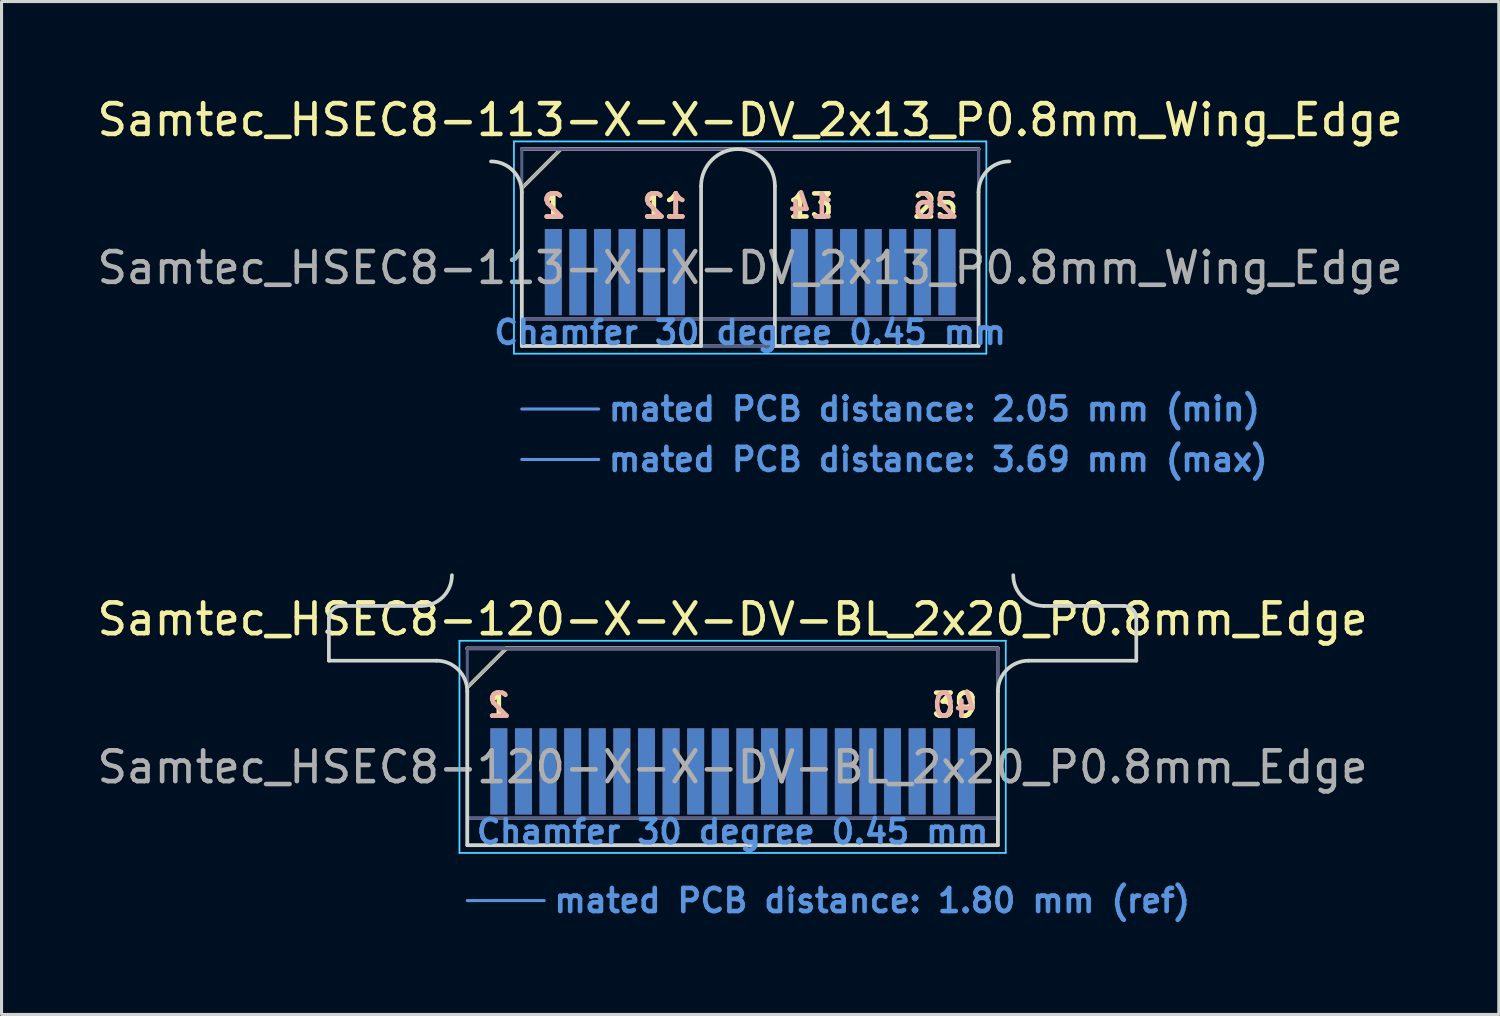
<source format=kicad_pcb>
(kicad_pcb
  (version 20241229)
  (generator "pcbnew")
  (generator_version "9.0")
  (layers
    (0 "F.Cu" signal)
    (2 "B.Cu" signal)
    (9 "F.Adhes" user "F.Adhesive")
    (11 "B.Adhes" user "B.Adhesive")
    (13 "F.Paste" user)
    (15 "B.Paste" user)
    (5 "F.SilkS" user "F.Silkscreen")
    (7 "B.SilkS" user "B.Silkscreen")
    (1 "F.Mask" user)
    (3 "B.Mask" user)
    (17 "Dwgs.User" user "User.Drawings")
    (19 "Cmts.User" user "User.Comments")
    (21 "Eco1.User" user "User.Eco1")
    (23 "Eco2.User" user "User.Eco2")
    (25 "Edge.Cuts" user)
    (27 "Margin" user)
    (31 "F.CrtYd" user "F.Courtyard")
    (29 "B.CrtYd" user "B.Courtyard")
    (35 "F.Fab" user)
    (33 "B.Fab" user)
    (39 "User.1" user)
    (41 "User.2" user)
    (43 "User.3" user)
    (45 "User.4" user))
  (footprint "Samtec_HSEC8-120-X-X-DV-BL_2x20_P0.8mm_Edge"
    (layer "F.Cu")
    (at 20.768 24.43)
    (property "Reference" "Samtec_HSEC8-120-X-X-DV-BL_2x20_P0.8mm_Edge" (at 0 -7.35 0) (layer "F.SilkS") (effects (font (size 1 1) (thickness 0.15))))
    (attr exclude_from_pos_files exclude_from_bom)
    (fp_line (start -8.625 -5.13) (end -7.355 -6.4) (stroke (width 0.12) (type solid)) (layer "F.SilkS"))
    (fp_line (start -7.355 -6.4) (end 8.625 -6.4) (stroke (width 0.12) (type solid)) (layer "F.SilkS"))
    (fp_line (start -8.625 -6.4) (end -8.625 -6.4) (stroke (width 0.12) (type solid)) (layer "B.SilkS"))
    (fp_line (start -8.625 -6.4) (end 8.625 -6.4) (stroke (width 0.12) (type solid)) (layer "B.SilkS"))
    (fp_line (start -8.625 1.8) (end -6.125 1.8) (stroke (width 0.1) (type solid)) (layer "Cmts.User"))
    (fp_line (start -13.125 -6) (end -13.125 -7.38) (stroke (width 0.12) (type solid)) (layer "Edge.Cuts"))
    (fp_line (start -12.725 -7.78) (end -10.125 -7.78) (stroke (width 0.12) (type solid)) (layer "Edge.Cuts"))
    (fp_line (start -9.625 -6) (end -13.125 -6) (stroke (width 0.12) (type solid)) (layer "Edge.Cuts"))
    (fp_line (start -8.625 -5) (end -8.625 0) (stroke (width 0.12) (type solid)) (layer "Edge.Cuts"))
    (fp_line (start -8.625 0) (end 8.625 0) (stroke (width 0.12) (type solid)) (layer "Edge.Cuts"))
    (fp_line (start 8.625 0) (end 8.625 -5) (stroke (width 0.12) (type solid)) (layer "Edge.Cuts"))
    (fp_line (start 9.625 -6) (end 13.125 -6) (stroke (width 0.12) (type solid)) (layer "Edge.Cuts"))
    (fp_line (start 12.725 -7.78) (end 10.125 -7.78) (stroke (width 0.12) (type solid)) (layer "Edge.Cuts"))
    (fp_line (start 13.125 -6) (end 13.125 -7.38) (stroke (width 0.12) (type solid)) (layer "Edge.Cuts"))
    (fp_arc (start -13.125 -7.38) (mid -13.007843 -7.662843) (end -12.725 -7.78) (stroke (width 0.12) (type solid)) (layer "Edge.Cuts"))
    (fp_arc (start -9.625 -6) (mid -8.917893 -5.707107) (end -8.625 -5) (stroke (width 0.12) (type solid)) (layer "Edge.Cuts"))
    (fp_arc (start -9.125 -8.78) (mid -9.417893 -8.072893) (end -10.125 -7.78) (stroke (width 0.12) (type solid)) (layer "Edge.Cuts"))
    (fp_arc (start 8.625 -5) (mid 8.917893 -5.707107) (end 9.625 -6) (stroke (width 0.12) (type solid)) (layer "Edge.Cuts"))
    (fp_arc (start 10.125 -7.78) (mid 9.417893 -8.072893) (end 9.125 -8.78) (stroke (width 0.12) (type solid)) (layer "Edge.Cuts"))
    (fp_arc (start 12.725 -7.78) (mid 13.007843 -7.662843) (end 13.125 -7.38) (stroke (width 0.12) (type solid)) (layer "Edge.Cuts"))
    (fp_line (start -8.88 -6.65) (end -8.88 0.25) (stroke (width 0.05) (type solid)) (layer "B.CrtYd"))
    (fp_line (start -8.88 0.25) (end 8.88 0.25) (stroke (width 0.05) (type solid)) (layer "B.CrtYd"))
    (fp_line (start 8.88 -6.65) (end -8.88 -6.65) (stroke (width 0.05) (type solid)) (layer "B.CrtYd"))
    (fp_line (start 8.88 0.25) (end 8.88 -6.65) (stroke (width 0.05) (type solid)) (layer "B.CrtYd"))
    (fp_line (start -8.88 -6.65) (end -8.88 0.25) (stroke (width 0.05) (type solid)) (layer "F.CrtYd"))
    (fp_line (start -8.88 0.25) (end 8.88 0.25) (stroke (width 0.05) (type solid)) (layer "F.CrtYd"))
    (fp_line (start 8.88 -6.65) (end -8.88 -6.65) (stroke (width 0.05) (type solid)) (layer "F.CrtYd"))
    (fp_line (start 8.88 0.25) (end 8.88 -6.65) (stroke (width 0.05) (type solid)) (layer "F.CrtYd"))
    (fp_line (start -8.625 -6.4) (end -8.625 -6.4) (stroke (width 0.1) (type solid)) (layer "B.Fab"))
    (fp_line (start -8.625 -6.4) (end -8.625 0) (stroke (width 0.1) (type solid)) (layer "B.Fab"))
    (fp_line (start -8.625 -6.4) (end 8.625 -6.4) (stroke (width 0.1) (type solid)) (layer "B.Fab"))
    (fp_line (start -8.625 -0.88) (end 8.625 -0.88) (stroke (width 0.1) (type solid)) (layer "B.Fab"))
    (fp_line (start -8.625 0) (end 8.625 0) (stroke (width 0.1) (type solid)) (layer "B.Fab"))
    (fp_line (start 8.625 -6.4) (end 8.625 0) (stroke (width 0.1) (type solid)) (layer "B.Fab"))
    (fp_line (start -8.625 -5.13) (end -8.625 0) (stroke (width 0.1) (type solid)) (layer "F.Fab"))
    (fp_line (start -8.625 -5.13) (end -7.355 -6.4) (stroke (width 0.1) (type solid)) (layer "F.Fab"))
    (fp_line (start -8.625 -0.88) (end 8.625 -0.88) (stroke (width 0.1) (type solid)) (layer "F.Fab"))
    (fp_line (start -8.625 0) (end 8.625 0) (stroke (width 0.1) (type solid)) (layer "F.Fab"))
    (fp_line (start -7.355 -6.4) (end 8.625 -6.4) (stroke (width 0.1) (type solid)) (layer "F.Fab"))
    (fp_line (start 8.625 -6.4) (end 8.625 0) (stroke (width 0.1) (type solid)) (layer "F.Fab"))
    (fp_text user "1" (at -7.6 -4.55 0) (layer "F.SilkS") (effects (font (size 0.75 0.75) (thickness 0.15))))
    (fp_text user "39" (at 7.225 -4.55 0) (layer "F.SilkS") (effects (font (size 0.75 0.75) (thickness 0.15))))
    (fp_text user "40" (at 7.225 -4.55 0) (layer "B.SilkS") (effects (font (size 0.75 0.75) (thickness 0.15)) (justify mirror)))
    (fp_text user "2" (at -7.6 -4.55 0) (layer "B.SilkS") (effects (font (size 0.75 0.75) (thickness 0.15)) (justify mirror)))
    (fp_text user "mated PCB distance: 1.80 mm (ref)" (at -5.88 1.8 0) (layer "Cmts.User") (effects (font (size 0.75 0.75) (thickness 0.15)) (justify left)))
    (fp_text user "Chamfer 30 degree 0.45 mm" (at 0 -0.44 0) (layer "Cmts.User") (effects (font (size 0.75 0.75) (thickness 0.15))))
    (fp_text user "${REFERENCE}" (at 0 -2.54 0) (layer "F.Fab") (effects (font (size 1 1) (thickness 0.15))))
    (pad "1" connect rect (at -7.6 -2.4) (size 0.55 2.8) (layers "F.Cu" "F.Mask"))
    (pad "2" connect rect (at -7.6 -2.4) (size 0.55 2.8) (layers "B.Cu" "B.Mask"))
    (pad "3" connect rect (at -6.8 -2.4) (size 0.55 2.8) (layers "F.Cu" "F.Mask"))
    (pad "4" connect rect (at -6.8 -2.4) (size 0.55 2.8) (layers "B.Cu" "B.Mask"))
    (pad "5" connect rect (at -6 -2.4) (size 0.55 2.8) (layers "F.Cu" "F.Mask"))
    (pad "6" connect rect (at -6 -2.4) (size 0.55 2.8) (layers "B.Cu" "B.Mask"))
    (pad "7" connect rect (at -5.2 -2.4) (size 0.55 2.8) (layers "F.Cu" "F.Mask"))
    (pad "8" connect rect (at -5.2 -2.4) (size 0.55 2.8) (layers "B.Cu" "B.Mask"))
    (pad "9" connect rect (at -4.4 -2.4) (size 0.55 2.8) (layers "F.Cu" "F.Mask"))
    (pad "10" connect rect (at -4.4 -2.4) (size 0.55 2.8) (layers "B.Cu" "B.Mask"))
    (pad "11" connect rect (at -3.6 -2.4) (size 0.55 2.8) (layers "F.Cu" "F.Mask"))
    (pad "12" connect rect (at -3.6 -2.4) (size 0.55 2.8) (layers "B.Cu" "B.Mask"))
    (pad "13" connect rect (at -2.8 -2.4) (size 0.55 2.8) (layers "F.Cu" "F.Mask"))
    (pad "14" connect rect (at -2.8 -2.4) (size 0.55 2.8) (layers "B.Cu" "B.Mask"))
    (pad "15" connect rect (at -2 -2.4) (size 0.55 2.8) (layers "F.Cu" "F.Mask"))
    (pad "16" connect rect (at -2 -2.4) (size 0.55 2.8) (layers "B.Cu" "B.Mask"))
    (pad "17" connect rect (at -1.2 -2.4) (size 0.55 2.8) (layers "F.Cu" "F.Mask"))
    (pad "18" connect rect (at -1.2 -2.4) (size 0.55 2.8) (layers "B.Cu" "B.Mask"))
    (pad "19" connect rect (at -0.4 -2.4) (size 0.55 2.8) (layers "F.Cu" "F.Mask"))
    (pad "20" connect rect (at -0.4 -2.4) (size 0.55 2.8) (layers "B.Cu" "B.Mask"))
    (pad "21" connect rect (at 0.4 -2.4) (size 0.55 2.8) (layers "F.Cu" "F.Mask"))
    (pad "22" connect rect (at 0.4 -2.4) (size 0.55 2.8) (layers "B.Cu" "B.Mask"))
    (pad "23" connect rect (at 1.2 -2.4) (size 0.55 2.8) (layers "F.Cu" "F.Mask"))
    (pad "24" connect rect (at 1.2 -2.4) (size 0.55 2.8) (layers "B.Cu" "B.Mask"))
    (pad "25" connect rect (at 2 -2.4) (size 0.55 2.8) (layers "F.Cu" "F.Mask"))
    (pad "26" connect rect (at 2 -2.4) (size 0.55 2.8) (layers "B.Cu" "B.Mask"))
    (pad "27" connect rect (at 2.8 -2.4) (size 0.55 2.8) (layers "F.Cu" "F.Mask"))
    (pad "28" connect rect (at 2.8 -2.4) (size 0.55 2.8) (layers "B.Cu" "B.Mask"))
    (pad "29" connect rect (at 3.6 -2.4) (size 0.55 2.8) (layers "F.Cu" "F.Mask"))
    (pad "30" connect rect (at 3.6 -2.4) (size 0.55 2.8) (layers "B.Cu" "B.Mask"))
    (pad "31" connect rect (at 4.4 -2.4) (size 0.55 2.8) (layers "F.Cu" "F.Mask"))
    (pad "32" connect rect (at 4.4 -2.4) (size 0.55 2.8) (layers "B.Cu" "B.Mask"))
    (pad "33" connect rect (at 5.2 -2.4) (size 0.55 2.8) (layers "F.Cu" "F.Mask"))
    (pad "34" connect rect (at 5.2 -2.4) (size 0.55 2.8) (layers "B.Cu" "B.Mask"))
    (pad "35" connect rect (at 6 -2.4) (size 0.55 2.8) (layers "F.Cu" "F.Mask"))
    (pad "36" connect rect (at 6 -2.4) (size 0.55 2.8) (layers "B.Cu" "B.Mask"))
    (pad "37" connect rect (at 6.8 -2.4) (size 0.55 2.8) (layers "F.Cu" "F.Mask"))
    (pad "38" connect rect (at 6.8 -2.4) (size 0.55 2.8) (layers "B.Cu" "B.Mask"))
    (pad "39" connect rect (at 7.6 -2.4) (size 0.55 2.8) (layers "F.Cu" "F.Mask"))
    (pad "40" connect rect (at 7.6 -2.4) (size 0.55 2.8) (layers "B.Cu" "B.Mask")))
  (footprint "Samtec_HSEC8-113-X-X-DV_2x13_P0.8mm_Wing_Edge"
    (layer "F.Cu")
    (at 21.339 8.198)
    (property "Reference" "Samtec_HSEC8-113-X-X-DV_2x13_P0.8mm_Wing_Edge" (at 0 -7.35 0) (layer "F.SilkS") (effects (font (size 1 1) (thickness 0.15))))
    (attr exclude_from_pos_files exclude_from_bom)
    (fp_line (start -7.425 -5.13) (end -6.155 -6.4) (stroke (width 0.12) (type solid)) (layer "F.SilkS"))
    (fp_line (start -6.155 -6.4) (end 7.425 -6.4) (stroke (width 0.12) (type solid)) (layer "F.SilkS"))
    (fp_line (start -7.425 -6.4) (end -7.425 -6.4) (stroke (width 0.12) (type solid)) (layer "B.SilkS"))
    (fp_line (start -7.425 -6.4) (end 7.425 -6.4) (stroke (width 0.12) (type solid)) (layer "B.SilkS"))
    (fp_line (start -7.425 2.05) (end -4.925 2.05) (stroke (width 0.1) (type solid)) (layer "Cmts.User"))
    (fp_line (start -7.425 3.69) (end -4.925 3.69) (stroke (width 0.1) (type solid)) (layer "Cmts.User"))
    (fp_line (start -7.425 -5) (end -7.425 0) (stroke (width 0.12) (type solid)) (layer "Edge.Cuts"))
    (fp_line (start -7.425 0) (end -1.595 0) (stroke (width 0.12) (type solid)) (layer "Edge.Cuts"))
    (fp_line (start -1.595 0) (end -1.595 -5.2) (stroke (width 0.12) (type solid)) (layer "Edge.Cuts"))
    (fp_line (start 0.805 -5.2) (end 0.805 0) (stroke (width 0.12) (type solid)) (layer "Edge.Cuts"))
    (fp_line (start 0.805 0) (end 7.425 0) (stroke (width 0.12) (type solid)) (layer "Edge.Cuts"))
    (fp_line (start 7.425 0) (end 7.425 -5) (stroke (width 0.12) (type solid)) (layer "Edge.Cuts"))
    (fp_arc (start -8.425 -6) (mid -7.717893 -5.707107) (end -7.425 -5) (stroke (width 0.12) (type solid)) (layer "Edge.Cuts"))
    (fp_arc (start -1.595 -5.2) (mid -0.395 -6.4) (end 0.805 -5.2) (stroke (width 0.12) (type solid)) (layer "Edge.Cuts"))
    (fp_arc (start 7.425 -5) (mid 7.717893 -5.707107) (end 8.425 -6) (stroke (width 0.12) (type solid)) (layer "Edge.Cuts"))
    (fp_line (start -7.68 -6.65) (end -7.68 0.25) (stroke (width 0.05) (type solid)) (layer "B.CrtYd"))
    (fp_line (start -7.68 0.25) (end 7.68 0.25) (stroke (width 0.05) (type solid)) (layer "B.CrtYd"))
    (fp_line (start 7.68 -6.65) (end -7.68 -6.65) (stroke (width 0.05) (type solid)) (layer "B.CrtYd"))
    (fp_line (start 7.68 0.25) (end 7.68 -6.65) (stroke (width 0.05) (type solid)) (layer "B.CrtYd"))
    (fp_line (start -7.68 -6.65) (end -7.68 0.25) (stroke (width 0.05) (type solid)) (layer "F.CrtYd"))
    (fp_line (start -7.68 0.25) (end 7.68 0.25) (stroke (width 0.05) (type solid)) (layer "F.CrtYd"))
    (fp_line (start 7.68 -6.65) (end -7.68 -6.65) (stroke (width 0.05) (type solid)) (layer "F.CrtYd"))
    (fp_line (start 7.68 0.25) (end 7.68 -6.65) (stroke (width 0.05) (type solid)) (layer "F.CrtYd"))
    (fp_line (start -7.425 -6.4) (end -7.425 -6.4) (stroke (width 0.1) (type solid)) (layer "B.Fab"))
    (fp_line (start -7.425 -6.4) (end -7.425 0) (stroke (width 0.1) (type solid)) (layer "B.Fab"))
    (fp_line (start -7.425 -6.4) (end 7.425 -6.4) (stroke (width 0.1) (type solid)) (layer "B.Fab"))
    (fp_line (start -7.425 -0.88) (end 7.425 -0.88) (stroke (width 0.1) (type solid)) (layer "B.Fab"))
    (fp_line (start -7.425 0) (end 7.425 0) (stroke (width 0.1) (type solid)) (layer "B.Fab"))
    (fp_line (start 7.425 -6.4) (end 7.425 0) (stroke (width 0.1) (type solid)) (layer "B.Fab"))
    (fp_line (start -7.425 -5.13) (end -7.425 0) (stroke (width 0.1) (type solid)) (layer "F.Fab"))
    (fp_line (start -7.425 -5.13) (end -6.155 -6.4) (stroke (width 0.1) (type solid)) (layer "F.Fab"))
    (fp_line (start -7.425 -0.88) (end 7.425 -0.88) (stroke (width 0.1) (type solid)) (layer "F.Fab"))
    (fp_line (start -7.425 0) (end 7.425 0) (stroke (width 0.1) (type solid)) (layer "F.Fab"))
    (fp_line (start -6.155 -6.4) (end 7.425 -6.4) (stroke (width 0.1) (type solid)) (layer "F.Fab"))
    (fp_line (start 7.425 -6.4) (end 7.425 0) (stroke (width 0.1) (type solid)) (layer "F.Fab"))
    (fp_text user "11" (at -2.775 -4.55 0) (layer "F.SilkS") (effects (font (size 0.75 0.75) (thickness 0.15))))
    (fp_text user "13" (at 1.975 -4.55 0) (layer "F.SilkS") (effects (font (size 0.75 0.75) (thickness 0.15))))
    (fp_text user "1" (at -6.4 -4.55 0) (layer "F.SilkS") (effects (font (size 0.75 0.75) (thickness 0.15))))
    (fp_text user "25" (at 6.025 -4.55 0) (layer "F.SilkS") (effects (font (size 0.75 0.75) (thickness 0.15))))
    (fp_text user "12" (at -2.775 -4.55 0) (layer "B.SilkS") (effects (font (size 0.75 0.75) (thickness 0.15)) (justify mirror)))
    (fp_text user "26" (at 6.025 -4.55 0) (layer "B.SilkS") (effects (font (size 0.75 0.75) (thickness 0.15)) (justify mirror)))
    (fp_text user "2" (at -6.4 -4.55 0) (layer "B.SilkS") (effects (font (size 0.75 0.75) (thickness 0.15)) (justify mirror)))
    (fp_text user "14" (at 1.975 -4.55 0) (layer "B.SilkS") (effects (font (size 0.75 0.75) (thickness 0.15)) (justify mirror)))
    (fp_text user "mated PCB distance: 3.69 mm (max)" (at -4.68 3.69 0) (layer "Cmts.User") (effects (font (size 0.75 0.75) (thickness 0.15)) (justify left)))
    (fp_text user "mated PCB distance: 2.05 mm (min)" (at -4.68 2.05 0) (layer "Cmts.User") (effects (font (size 0.75 0.75) (thickness 0.15)) (justify left)))
    (fp_text user "Chamfer 30 degree 0.45 mm" (at 0 -0.44 0) (layer "Cmts.User") (effects (font (size 0.75 0.75) (thickness 0.15))))
    (fp_text user "${REFERENCE}" (at 0 -2.54 0) (layer "F.Fab") (effects (font (size 1 1) (thickness 0.15))))
    (pad "1" connect rect (at -6.4 -2.4) (size 0.55 2.8) (layers "F.Cu" "F.Mask"))
    (pad "2" connect rect (at -6.4 -2.4) (size 0.55 2.8) (layers "B.Cu" "B.Mask"))
    (pad "3" connect rect (at -5.6 -2.4) (size 0.55 2.8) (layers "F.Cu" "F.Mask"))
    (pad "4" connect rect (at -5.6 -2.4) (size 0.55 2.8) (layers "B.Cu" "B.Mask"))
    (pad "5" connect rect (at -4.8 -2.4) (size 0.55 2.8) (layers "F.Cu" "F.Mask"))
    (pad "6" connect rect (at -4.8 -2.4) (size 0.55 2.8) (layers "B.Cu" "B.Mask"))
    (pad "7" connect rect (at -4 -2.4) (size 0.55 2.8) (layers "F.Cu" "F.Mask"))
    (pad "8" connect rect (at -4 -2.4) (size 0.55 2.8) (layers "B.Cu" "B.Mask"))
    (pad "9" connect rect (at -3.2 -2.4) (size 0.55 2.8) (layers "F.Cu" "F.Mask"))
    (pad "10" connect rect (at -3.2 -2.4) (size 0.55 2.8) (layers "B.Cu" "B.Mask"))
    (pad "11" connect rect (at -2.4 -2.4) (size 0.55 2.8) (layers "F.Cu" "F.Mask"))
    (pad "12" connect rect (at -2.4 -2.4) (size 0.55 2.8) (layers "B.Cu" "B.Mask"))
    (pad "13" connect rect (at 1.6 -2.4) (size 0.55 2.8) (layers "F.Cu" "F.Mask"))
    (pad "14" connect rect (at 1.6 -2.4) (size 0.55 2.8) (layers "B.Cu" "B.Mask"))
    (pad "15" connect rect (at 2.4 -2.4) (size 0.55 2.8) (layers "F.Cu" "F.Mask"))
    (pad "16" connect rect (at 2.4 -2.4) (size 0.55 2.8) (layers "B.Cu" "B.Mask"))
    (pad "17" connect rect (at 3.2 -2.4) (size 0.55 2.8) (layers "F.Cu" "F.Mask"))
    (pad "18" connect rect (at 3.2 -2.4) (size 0.55 2.8) (layers "B.Cu" "B.Mask"))
    (pad "19" connect rect (at 4 -2.4) (size 0.55 2.8) (layers "F.Cu" "F.Mask"))
    (pad "20" connect rect (at 4 -2.4) (size 0.55 2.8) (layers "B.Cu" "B.Mask"))
    (pad "21" connect rect (at 4.8 -2.4) (size 0.55 2.8) (layers "F.Cu" "F.Mask"))
    (pad "22" connect rect (at 4.8 -2.4) (size 0.55 2.8) (layers "B.Cu" "B.Mask"))
    (pad "23" connect rect (at 5.6 -2.4) (size 0.55 2.8) (layers "F.Cu" "F.Mask"))
    (pad "24" connect rect (at 5.6 -2.4) (size 0.55 2.8) (layers "B.Cu" "B.Mask"))
    (pad "25" connect rect (at 6.4 -2.4) (size 0.55 2.8) (layers "F.Cu" "F.Mask"))
    (pad "26" connect rect (at 6.4 -2.4) (size 0.55 2.8) (layers "B.Cu" "B.Mask")))
  (gr_rect
    (start -3 -3)
    (end 45.679 29.932)
    (stroke (width 0.1) (type default))
    (fill no)
    (layer "Edge.Cuts")))
</source>
